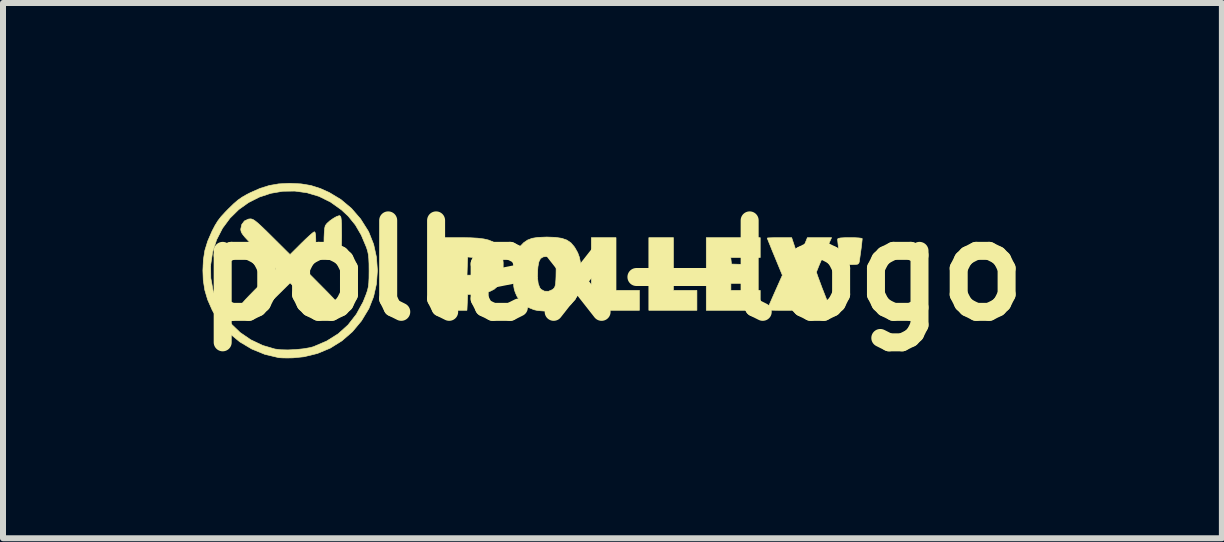
<source format=kicad_pcb>
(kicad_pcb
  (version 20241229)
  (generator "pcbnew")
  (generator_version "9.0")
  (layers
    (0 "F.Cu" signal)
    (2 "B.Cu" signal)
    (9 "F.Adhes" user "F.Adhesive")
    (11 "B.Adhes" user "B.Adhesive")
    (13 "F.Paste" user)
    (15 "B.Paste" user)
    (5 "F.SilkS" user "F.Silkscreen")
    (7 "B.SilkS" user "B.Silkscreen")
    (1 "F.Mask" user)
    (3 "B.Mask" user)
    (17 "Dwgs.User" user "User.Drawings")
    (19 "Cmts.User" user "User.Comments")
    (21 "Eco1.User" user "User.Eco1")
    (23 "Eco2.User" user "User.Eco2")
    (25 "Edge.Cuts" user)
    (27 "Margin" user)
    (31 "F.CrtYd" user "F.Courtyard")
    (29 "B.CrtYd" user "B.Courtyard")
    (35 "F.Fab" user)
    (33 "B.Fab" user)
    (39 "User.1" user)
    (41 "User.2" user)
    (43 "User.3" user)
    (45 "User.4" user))
  (footprint "pollex-logo"
    (layer "F.Cu")
    (at 7.156 1.457)
    (property "Reference" "pollex-logo" (at 0 0 0) (layer "F.SilkS") (effects (font (size 1.524 1.524) (thickness 0.3))))
    (attr through_hole)
    (fp_poly (pts (xy 0.059 0.332) (xy 0.449 0.332) (xy 0.449 0.664) (xy -0.352 0.664) (xy -0.352 -0.547) (xy 0.059 -0.547) (xy 0.059 0.332)) (stroke (width 0.01) (type solid)) (fill yes) (layer "F.SilkS"))
    (fp_poly (pts (xy 1.016 0.332) (xy 1.407 0.332) (xy 1.407 0.664) (xy 0.606 0.664) (xy 0.606 -0.547) (xy 1.016 -0.547) (xy 1.016 0.332)) (stroke (width 0.01) (type solid)) (fill yes) (layer "F.SilkS"))
    (fp_poly (pts (xy 2.462 -0.215) (xy 1.971 -0.215) (xy 1.977 -0.161) (xy 1.983 -0.107) (xy 2.364 -0.096) (xy 2.364 0.215) (xy 1.973 0.215) (xy 1.973 0.332) (xy 2.462 0.332) (xy 2.462 0.664) (xy 1.563 0.664) (xy 1.563 -0.547) (xy 2.462 -0.547) (xy 2.462 -0.215)) (stroke (width 0.01) (type solid)) (fill yes) (layer "F.SilkS"))
    (fp_poly (pts (xy 4.041 -0.546) (xy 4.108 -0.542) (xy 4.151 -0.536) (xy 4.162 -0.531) (xy 4.159 -0.5) (xy 4.153 -0.442) (xy 4.144 -0.368) (xy 4.133 -0.289) (xy 4.123 -0.217) (xy 4.115 -0.162) (xy 4.112 -0.142) (xy 4.104 -0.12) (xy 4.087 -0.106) (xy 4.053 -0.1) (xy 3.992 -0.098) (xy 3.95 -0.098) (xy 3.797 -0.098) (xy 3.774 -0.298) (xy 3.765 -0.384) (xy 3.757 -0.457) (xy 3.752 -0.507) (xy 3.751 -0.523) (xy 3.763 -0.534) (xy 3.801 -0.542) (xy 3.869 -0.546) (xy 3.957 -0.547) (xy 4.041 -0.546)) (stroke (width 0.01) (type solid)) (fill yes) (layer "F.SilkS"))
    (fp_poly (pts (xy -4.544 -0.912) (xy -4.532 -0.902) (xy -4.524 -0.88) (xy -4.519 -0.839) (xy -4.515 -0.775) (xy -4.514 -0.682) (xy -4.513 -0.576) (xy -4.515 -0.458) (xy -4.518 -0.356) (xy -4.523 -0.276) (xy -4.53 -0.226) (xy -4.534 -0.214) (xy -4.555 -0.19) (xy -4.594 -0.179) (xy -4.657 -0.176) (xy -4.72 -0.18) (xy -4.768 -0.191) (xy -4.783 -0.199) (xy -4.793 -0.228) (xy -4.8 -0.287) (xy -4.805 -0.366) (xy -4.807 -0.457) (xy -4.806 -0.549) (xy -4.802 -0.634) (xy -4.796 -0.703) (xy -4.786 -0.745) (xy -4.786 -0.747) (xy -4.757 -0.785) (xy -4.709 -0.828) (xy -4.652 -0.868) (xy -4.597 -0.899) (xy -4.555 -0.913) (xy -4.544 -0.912)) (stroke (width 0.01) (type solid)) (fill yes) (layer "F.SilkS"))
    (fp_poly (pts (xy -2.37 -0.545) (xy -2.242 -0.538) (xy -2.141 -0.525) (xy -2.062 -0.506) (xy -1.999 -0.48) (xy -1.97 -0.463) (xy -1.904 -0.405) (xy -1.859 -0.332) (xy -1.832 -0.237) (xy -1.821 -0.129) (xy -1.822 0.013) (xy -1.841 0.125) (xy -1.88 0.215) (xy -1.909 0.256) (xy -1.969 0.311) (xy -2.045 0.35) (xy -2.144 0.375) (xy -2.257 0.389) (xy -2.413 0.401) (xy -2.419 0.532) (xy -2.425 0.664) (xy -2.833 0.664) (xy -2.833 0.078) (xy -2.424 0.078) (xy -2.365 0.078) (xy -2.306 0.065) (xy -2.266 0.039) (xy -2.238 -0.012) (xy -2.227 -0.081) (xy -2.235 -0.147) (xy -2.252 -0.181) (xy -2.287 -0.205) (xy -2.34 -0.219) (xy -2.345 -0.219) (xy -2.413 -0.225) (xy -2.419 -0.073) (xy -2.424 0.078) (xy -2.833 0.078) (xy -2.833 -0.547) (xy -2.531 -0.547) (xy -2.37 -0.545)) (stroke (width 0.01) (type solid)) (fill yes) (layer "F.SilkS"))
    (fp_poly (pts (xy 3.038 -0.391) (xy 3.063 -0.32) (xy 3.086 -0.266) (xy 3.101 -0.237) (xy 3.105 -0.234) (xy 3.118 -0.251) (xy 3.142 -0.296) (xy 3.171 -0.361) (xy 3.184 -0.391) (xy 3.248 -0.547) (xy 3.651 -0.547) (xy 3.526 -0.271) (xy 3.482 -0.175) (xy 3.445 -0.09) (xy 3.418 -0.023) (xy 3.402 0.018) (xy 3.4 0.028) (xy 3.406 0.053) (xy 3.425 0.108) (xy 3.454 0.186) (xy 3.489 0.281) (xy 3.517 0.352) (xy 3.556 0.452) (xy 3.59 0.539) (xy 3.615 0.607) (xy 3.631 0.648) (xy 3.634 0.658) (xy 3.616 0.661) (xy 3.567 0.663) (xy 3.494 0.664) (xy 3.424 0.664) (xy 3.214 0.664) (xy 3.167 0.508) (xy 3.144 0.437) (xy 3.124 0.382) (xy 3.11 0.354) (xy 3.107 0.352) (xy 3.095 0.369) (xy 3.075 0.415) (xy 3.049 0.48) (xy 3.039 0.508) (xy 2.985 0.664) (xy 2.782 0.664) (xy 2.698 0.663) (xy 2.631 0.661) (xy 2.589 0.658) (xy 2.579 0.655) (xy 2.587 0.635) (xy 2.607 0.585) (xy 2.639 0.512) (xy 2.678 0.423) (xy 2.705 0.362) (xy 2.831 0.079) (xy 2.705 -0.227) (xy 2.663 -0.328) (xy 2.628 -0.416) (xy 2.6 -0.484) (xy 2.583 -0.528) (xy 2.579 -0.54) (xy 2.597 -0.543) (xy 2.646 -0.545) (xy 2.718 -0.547) (xy 2.783 -0.547) (xy 2.986 -0.547) (xy 3.038 -0.391)) (stroke (width 0.01) (type solid)) (fill yes) (layer "F.SilkS"))
    (fp_poly (pts (xy -0.953 -0.552) (xy -0.844 -0.536) (xy -0.759 -0.506) (xy -0.692 -0.46) (xy -0.636 -0.394) (xy -0.623 -0.374) (xy -0.579 -0.296) (xy -0.55 -0.217) (xy -0.533 -0.128) (xy -0.526 -0.016) (xy -0.525 0.05) (xy -0.535 0.224) (xy -0.567 0.368) (xy -0.621 0.482) (xy -0.699 0.569) (xy -0.799 0.631) (xy -0.891 0.658) (xy -1.005 0.674) (xy -1.128 0.677) (xy -1.244 0.668) (xy -1.308 0.654) (xy -1.427 0.606) (xy -1.518 0.536) (xy -1.587 0.438) (xy -1.6 0.412) (xy -1.621 0.363) (xy -1.636 0.317) (xy -1.645 0.266) (xy -1.649 0.2) (xy -1.651 0.119) (xy -1.249 0.119) (xy -1.238 0.216) (xy -1.213 0.285) (xy -1.191 0.314) (xy -1.134 0.345) (xy -1.066 0.347) (xy -1 0.319) (xy -0.994 0.314) (xy -0.971 0.292) (xy -0.957 0.264) (xy -0.948 0.221) (xy -0.943 0.153) (xy -0.941 0.099) (xy -0.939 -0.025) (xy -0.947 -0.116) (xy -0.966 -0.177) (xy -0.999 -0.214) (xy -1.048 -0.231) (xy -1.093 -0.234) (xy -1.155 -0.226) (xy -1.199 -0.199) (xy -1.226 -0.145) (xy -1.242 -0.062) (xy -1.246 -0.011) (xy -1.249 0.119) (xy -1.651 0.119) (xy -1.651 0.108) (xy -1.651 0.059) (xy -1.649 -0.075) (xy -1.64 -0.177) (xy -1.623 -0.257) (xy -1.597 -0.322) (xy -1.558 -0.38) (xy -1.538 -0.403) (xy -1.477 -0.465) (xy -1.413 -0.508) (xy -1.339 -0.536) (xy -1.245 -0.551) (xy -1.123 -0.556) (xy -1.094 -0.557) (xy -0.953 -0.552)) (stroke (width 0.01) (type solid)) (fill yes) (layer "F.SilkS"))
    (fp_poly (pts (xy -6.011 -0.857) (xy -5.984 -0.846) (xy -5.95 -0.823) (xy -5.905 -0.786) (xy -5.844 -0.73) (xy -5.764 -0.653) (xy -5.672 -0.562) (xy -5.373 -0.265) (xy -5.182 -0.455) (xy -5.111 -0.524) (xy -5.048 -0.582) (xy -5 -0.624) (xy -4.971 -0.644) (xy -4.967 -0.645) (xy -4.955 -0.632) (xy -4.947 -0.589) (xy -4.944 -0.514) (xy -4.943 -0.467) (xy -4.947 -0.352) (xy -4.961 -0.266) (xy -4.989 -0.197) (xy -5.035 -0.134) (xy -5.071 -0.097) (xy -5.139 -0.031) (xy -4.846 0.264) (xy -4.749 0.362) (xy -4.676 0.438) (xy -4.623 0.494) (xy -4.588 0.536) (xy -4.567 0.568) (xy -4.557 0.595) (xy -4.553 0.621) (xy -4.552 0.64) (xy -4.559 0.701) (xy -4.584 0.743) (xy -4.604 0.761) (xy -4.641 0.786) (xy -4.675 0.801) (xy -4.711 0.801) (xy -4.753 0.786) (xy -4.805 0.752) (xy -4.871 0.697) (xy -4.954 0.619) (xy -5.059 0.517) (xy -5.094 0.482) (xy -5.372 0.207) (xy -5.683 0.514) (xy -5.786 0.615) (xy -5.866 0.692) (xy -5.927 0.747) (xy -5.972 0.784) (xy -6.006 0.807) (xy -6.033 0.818) (xy -6.055 0.821) (xy -6.126 0.802) (xy -6.165 0.773) (xy -6.204 0.712) (xy -6.213 0.652) (xy -6.212 0.626) (xy -6.204 0.601) (xy -6.188 0.571) (xy -6.159 0.534) (xy -6.114 0.483) (xy -6.05 0.416) (xy -5.964 0.328) (xy -5.911 0.275) (xy -5.609 -0.03) (xy -5.901 -0.324) (xy -5.999 -0.422) (xy -6.072 -0.498) (xy -6.124 -0.554) (xy -6.159 -0.597) (xy -6.18 -0.629) (xy -6.19 -0.656) (xy -6.194 -0.681) (xy -6.194 -0.691) (xy -6.177 -0.767) (xy -6.133 -0.825) (xy -6.067 -0.856) (xy -6.035 -0.86) (xy -6.011 -0.857)) (stroke (width 0.01) (type solid)) (fill yes) (layer "F.SilkS"))
    (fp_poly (pts (xy -5.189 -1.443) (xy -5.025 -1.416) (xy -4.866 -1.365) (xy -4.719 -1.299) (xy -4.525 -1.182) (xy -4.349 -1.034) (xy -4.197 -0.858) (xy -4.073 -0.662) (xy -4.059 -0.635) (xy -3.98 -0.436) (xy -3.933 -0.221) (xy -3.917 0.001) (xy -3.933 0.223) (xy -3.981 0.437) (xy -4.059 0.635) (xy -4.183 0.84) (xy -4.333 1.02) (xy -4.508 1.172) (xy -4.703 1.294) (xy -4.916 1.383) (xy -5.142 1.438) (xy -5.322 1.456) (xy -5.409 1.458) (xy -5.488 1.457) (xy -5.545 1.454) (xy -5.559 1.453) (xy -5.792 1.398) (xy -6.01 1.309) (xy -6.21 1.19) (xy -6.388 1.043) (xy -6.54 0.87) (xy -6.662 0.675) (xy -6.672 0.655) (xy -6.746 0.487) (xy -6.793 0.328) (xy -6.819 0.162) (xy -6.825 0) (xy -6.821 -0.088) (xy -6.696 -0.088) (xy -6.693 0.128) (xy -6.655 0.337) (xy -6.585 0.536) (xy -6.485 0.72) (xy -6.357 0.887) (xy -6.204 1.034) (xy -6.027 1.155) (xy -5.829 1.249) (xy -5.625 1.309) (xy -5.529 1.321) (xy -5.409 1.324) (xy -5.279 1.318) (xy -5.151 1.305) (xy -5.04 1.286) (xy -4.982 1.27) (xy -4.762 1.176) (xy -4.57 1.055) (xy -4.406 0.907) (xy -4.268 0.73) (xy -4.155 0.524) (xy -4.102 0.391) (xy -4.082 0.331) (xy -4.069 0.275) (xy -4.061 0.21) (xy -4.057 0.127) (xy -4.056 0.017) (xy -4.056 0) (xy -4.057 -0.114) (xy -4.061 -0.199) (xy -4.068 -0.266) (xy -4.08 -0.323) (xy -4.098 -0.381) (xy -4.102 -0.391) (xy -4.186 -0.59) (xy -4.284 -0.758) (xy -4.403 -0.905) (xy -4.516 -1.01) (xy -4.698 -1.14) (xy -4.89 -1.235) (xy -5.09 -1.295) (xy -5.293 -1.323) (xy -5.495 -1.32) (xy -5.693 -1.286) (xy -5.884 -1.223) (xy -6.064 -1.132) (xy -6.228 -1.015) (xy -6.374 -0.871) (xy -6.498 -0.704) (xy -6.596 -0.513) (xy -6.663 -0.308) (xy -6.696 -0.088) (xy -6.821 -0.088) (xy -6.817 -0.177) (xy -6.792 -0.335) (xy -6.745 -0.488) (xy -6.674 -0.652) (xy -6.668 -0.664) (xy -6.621 -0.754) (xy -6.575 -0.828) (xy -6.522 -0.897) (xy -6.452 -0.973) (xy -6.4 -1.026) (xy -6.314 -1.11) (xy -6.242 -1.172) (xy -6.172 -1.221) (xy -6.094 -1.266) (xy -6.037 -1.295) (xy -5.872 -1.368) (xy -5.718 -1.416) (xy -5.562 -1.443) (xy -5.387 -1.452) (xy -5.373 -1.452) (xy -5.189 -1.443)) (stroke (width 0.01) (type solid)) (fill yes) (layer "F.SilkS")))
  (gr_rect
    (start -3 -3)
    (end 17.311 5.919)
    (stroke (width 0.1) (type default))
    (fill no)
    (layer "Edge.Cuts")))
</source>
